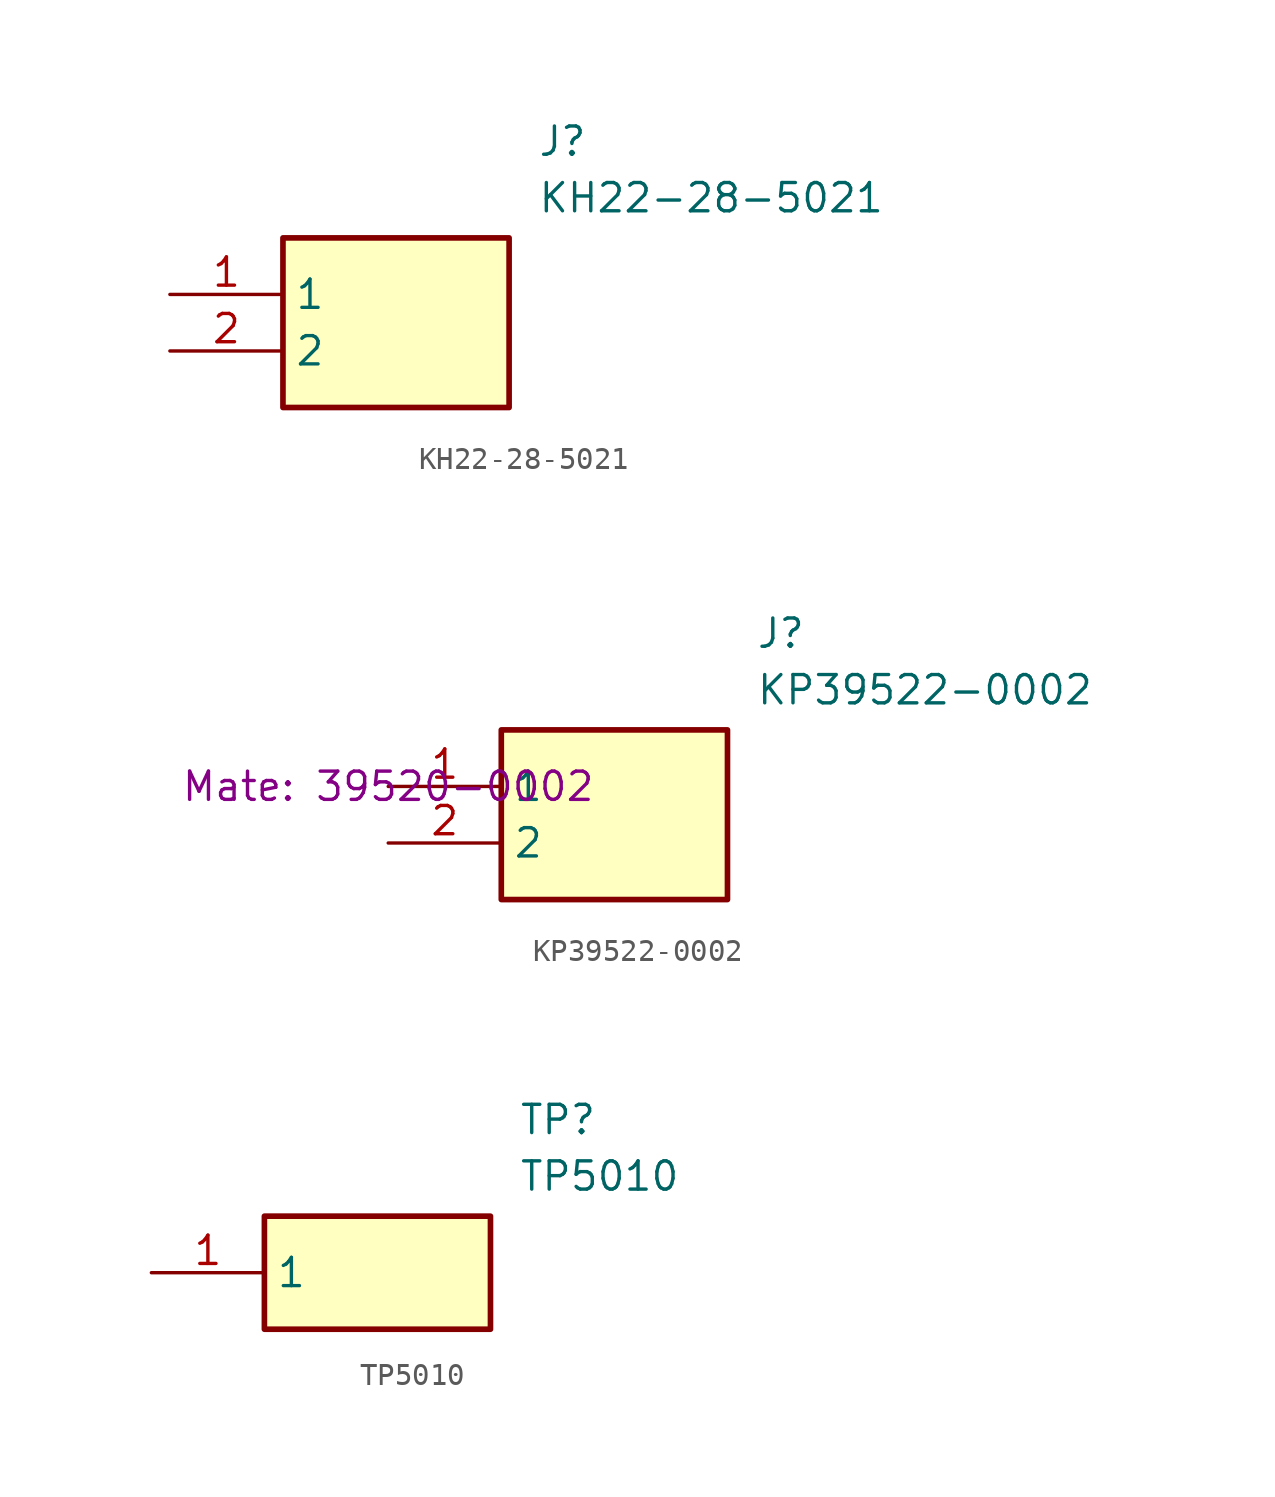
<source format=kicad_sym>
(kicad_symbol_lib
  (version 20241209)
  (generator "kicad_symbol_editor")
  (generator_version "9.0")
  (symbol "KH22-28-5021"
    (property "Reference" "J"
      (at 16.51 7.62 0)
      (effects (font (size 1.27 1.27)) (justify left top)))
    (property "Value" "KH22-28-5021"
      (at 16.51 5.08 0)
      (effects (font (size 1.27 1.27)) (justify left top)))
    (symbol "KH22-28-5021_1_1"
      (rectangle (start 5.08 2.54) (end 15.24 -5.08) (stroke (width 0.254) (type default)) (fill (type background)))
      (pin passive line (at 0 0 0) (length 5.08) (name "1" (effects (font (size 1.27 1.27)))) (number "1" (effects (font (size 1.27 1.27)))))
      (pin passive line (at 0 -2.54 0) (length 5.08) (name "2" (effects (font (size 1.27 1.27)))) (number "2" (effects (font (size 1.27 1.27)))))))
  (symbol "KP39522-0002"
    (property "Reference" "J"
      (at 16.51 7.62 0)
      (effects (font (size 1.27 1.27)) (justify left top)))
    (property "Value" "KP39522-0002"
      (at 16.51 5.08 0)
      (effects (font (size 1.27 1.27)) (justify left top)))
    (property "Mate" "39520-0002"
      (at 0 0 0)
      (show_name)
      (effects (font (size 1.27 1.27))))
    (symbol "KP39522-0002_1_1"
      (rectangle (start 5.08 2.54) (end 15.24 -5.08) (stroke (width 0.254) (type default)) (fill (type background)))
      (pin passive line (at 0 0 0) (length 5.08) (name "1" (effects (font (size 1.27 1.27)))) (number "1" (effects (font (size 1.27 1.27)))))
      (pin passive line (at 0 -2.54 0) (length 5.08) (name "2" (effects (font (size 1.27 1.27)))) (number "2" (effects (font (size 1.27 1.27)))))))
  (symbol "TP5010"
    (property "Reference" "TP"
      (at 16.51 7.62 0)
      (effects (font (size 1.27 1.27)) (justify left top)))
    (property "Value" "TP5010"
      (at 16.51 5.08 0)
      (effects (font (size 1.27 1.27)) (justify left top)))
    (symbol "TP5010_1_1"
      (rectangle (start 5.08 2.54) (end 15.24 -2.54) (stroke (width 0.254) (type default)) (fill (type background)))
      (pin passive line (at 0 0 0) (length 5.08) (name "1" (effects (font (size 1.27 1.27)))) (number "1" (effects (font (size 1.27 1.27))))))))
</source>
